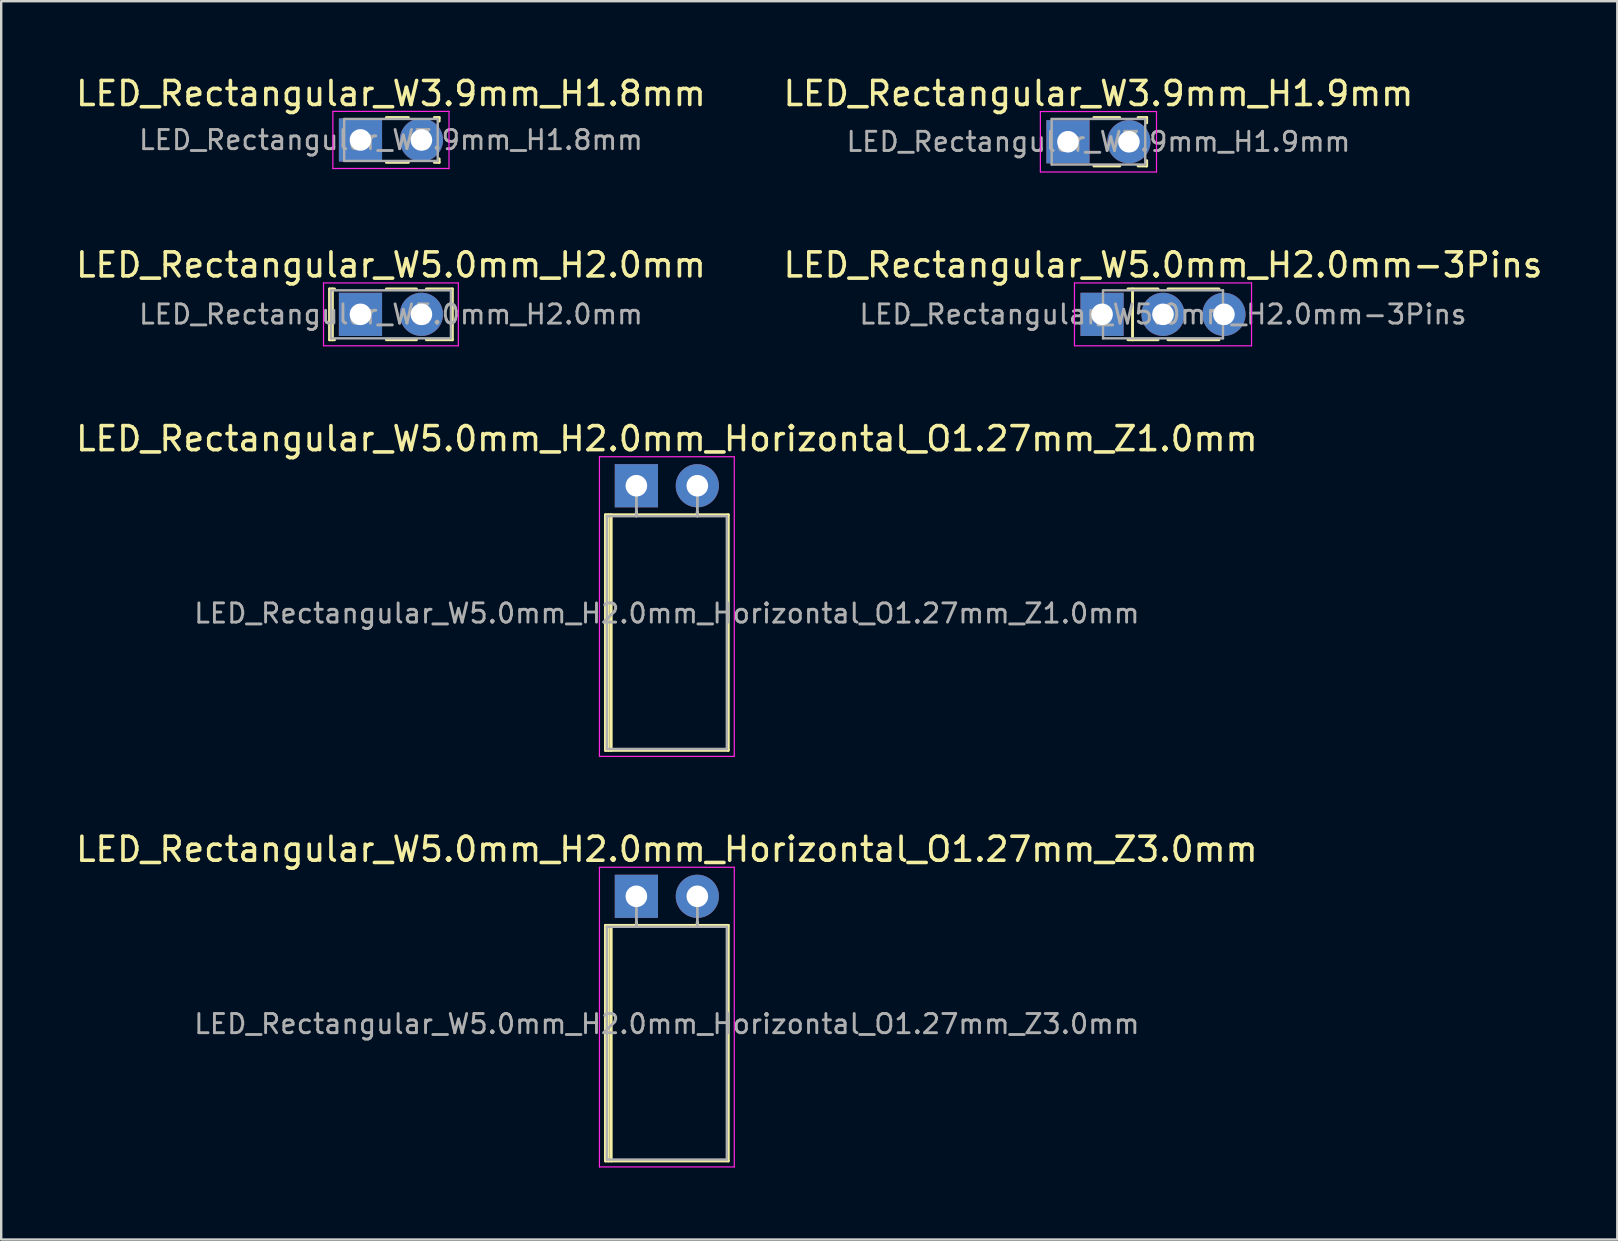
<source format=kicad_pcb>
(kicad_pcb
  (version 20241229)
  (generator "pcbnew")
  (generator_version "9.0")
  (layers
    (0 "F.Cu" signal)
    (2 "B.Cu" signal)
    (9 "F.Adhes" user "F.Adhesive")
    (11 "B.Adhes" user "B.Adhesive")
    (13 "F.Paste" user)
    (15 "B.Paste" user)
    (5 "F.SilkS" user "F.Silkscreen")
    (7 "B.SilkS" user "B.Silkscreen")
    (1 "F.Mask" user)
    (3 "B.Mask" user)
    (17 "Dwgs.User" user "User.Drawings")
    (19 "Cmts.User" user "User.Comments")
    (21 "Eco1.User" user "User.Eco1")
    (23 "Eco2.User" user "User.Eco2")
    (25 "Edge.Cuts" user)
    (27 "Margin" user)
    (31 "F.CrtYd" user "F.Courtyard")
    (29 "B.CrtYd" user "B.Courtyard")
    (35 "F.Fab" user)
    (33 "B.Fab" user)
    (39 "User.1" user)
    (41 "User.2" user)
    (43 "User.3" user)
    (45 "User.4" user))
  (footprint "LED_Rectangular_W3.9mm_H1.8mm"
    (layer "F.Cu")
    (at 11.974 2.783)
    (property "Reference" "LED_Rectangular_W3.9mm_H1.8mm" (at 1.27 -1.935 0) (layer "F.SilkS") (effects (font (size 1 1) (thickness 0.15))))
    (attr through_hole)
    (fp_line (start 1.08 -0.935) (end 1.999 -0.935) (stroke (width 0.12) (type solid)) (layer "F.SilkS"))
    (fp_line (start 1.999 0.935) (end 1.08 0.935) (stroke (width 0.12) (type solid)) (layer "F.SilkS"))
    (fp_line (start 3.081 -0.935) (end 3.28 -0.935) (stroke (width 0.12) (type solid)) (layer "F.SilkS"))
    (fp_line (start 3.28 -0.935) (end 3.28 -0.787) (stroke (width 0.12) (type solid)) (layer "F.SilkS"))
    (fp_line (start 3.28 0.787) (end 3.28 0.935) (stroke (width 0.12) (type solid)) (layer "F.SilkS"))
    (fp_line (start 3.28 0.935) (end 3.081 0.935) (stroke (width 0.12) (type solid)) (layer "F.SilkS"))
    (fp_line (start -1.15 -1.19) (end -1.15 1.19) (stroke (width 0.05) (type solid)) (layer "F.CrtYd"))
    (fp_line (start -1.15 1.19) (end 3.69 1.19) (stroke (width 0.05) (type solid)) (layer "F.CrtYd"))
    (fp_line (start 3.69 -1.19) (end -1.15 -1.19) (stroke (width 0.05) (type solid)) (layer "F.CrtYd"))
    (fp_line (start 3.69 1.19) (end 3.69 -1.19) (stroke (width 0.05) (type solid)) (layer "F.CrtYd"))
    (fp_line (start -0.68 -0.875) (end -0.68 0.875) (stroke (width 0.1) (type solid)) (layer "F.Fab"))
    (fp_line (start -0.68 0.875) (end 3.22 0.875) (stroke (width 0.1) (type solid)) (layer "F.Fab"))
    (fp_line (start 3.22 -0.875) (end -0.68 -0.875) (stroke (width 0.1) (type solid)) (layer "F.Fab"))
    (fp_line (start 3.22 0.875) (end 3.22 -0.875) (stroke (width 0.1) (type solid)) (layer "F.Fab"))
    (fp_text user "${REFERENCE}" (at 1.27 0 0) (layer "F.Fab") (effects (font (size 0.8 0.8) (thickness 0.12))))
    (pad "1" thru_hole rect (at 0 0) (size 1.8 1.8) (drill 0.9) (layers "*.Cu" "*.Mask"))
    (pad "2" thru_hole circle (at 2.54 0) (size 1.8 1.8) (drill 0.9) (layers "*.Cu" "*.Mask")))
  (footprint "LED_Rectangular_W3.9mm_H1.9mm"
    (layer "F.Cu")
    (at 41.462 2.858)
    (property "Reference" "LED_Rectangular_W3.9mm_H1.9mm" (at 1.27 -2.01 0) (layer "F.SilkS") (effects (font (size 1 1) (thickness 0.15))))
    (attr through_hole)
    (fp_line (start 1.08 -1.01) (end 2.158 -1.01) (stroke (width 0.12) (type solid)) (layer "F.SilkS"))
    (fp_line (start 2.158 1.01) (end 1.08 1.01) (stroke (width 0.12) (type solid)) (layer "F.SilkS"))
    (fp_line (start 2.922 -1.01) (end 3.28 -1.01) (stroke (width 0.12) (type solid)) (layer "F.SilkS"))
    (fp_line (start 3.28 -1.01) (end 3.28 -0.787) (stroke (width 0.12) (type solid)) (layer "F.SilkS"))
    (fp_line (start 3.28 0.787) (end 3.28 1.01) (stroke (width 0.12) (type solid)) (layer "F.SilkS"))
    (fp_line (start 3.28 1.01) (end 2.922 1.01) (stroke (width 0.12) (type solid)) (layer "F.SilkS"))
    (fp_line (start -1.15 -1.26) (end -1.15 1.26) (stroke (width 0.05) (type solid)) (layer "F.CrtYd"))
    (fp_line (start -1.15 1.26) (end 3.69 1.26) (stroke (width 0.05) (type solid)) (layer "F.CrtYd"))
    (fp_line (start 3.69 -1.26) (end -1.15 -1.26) (stroke (width 0.05) (type solid)) (layer "F.CrtYd"))
    (fp_line (start 3.69 1.26) (end 3.69 -1.26) (stroke (width 0.05) (type solid)) (layer "F.CrtYd"))
    (fp_line (start -0.68 -0.95) (end -0.68 0.95) (stroke (width 0.1) (type solid)) (layer "F.Fab"))
    (fp_line (start -0.68 0.95) (end 3.22 0.95) (stroke (width 0.1) (type solid)) (layer "F.Fab"))
    (fp_line (start 3.22 -0.95) (end -0.68 -0.95) (stroke (width 0.1) (type solid)) (layer "F.Fab"))
    (fp_line (start 3.22 0.95) (end 3.22 -0.95) (stroke (width 0.1) (type solid)) (layer "F.Fab"))
    (fp_text user "${REFERENCE}" (at 1.27 0 0) (layer "F.Fab") (effects (font (size 0.8 0.8) (thickness 0.12))))
    (pad "1" thru_hole rect (at 0 0) (size 1.8 1.8) (drill 0.9) (layers "*.Cu" "*.Mask"))
    (pad "2" thru_hole circle (at 2.54 0) (size 1.8 1.8) (drill 0.9) (layers "*.Cu" "*.Mask")))
  (footprint "LED_Rectangular_W5.0mm_H2.0mm-3Pins"
    (layer "F.Cu")
    (at 42.883 10.052)
    (property "Reference" "LED_Rectangular_W5.0mm_H2.0mm-3Pins" (at 2.54 -2.06 0) (layer "F.SilkS") (effects (font (size 1 1) (thickness 0.15))))
    (attr through_hole)
    (fp_line (start 1.08 -1.06) (end 2.333 -1.06) (stroke (width 0.12) (type solid)) (layer "F.SilkS"))
    (fp_line (start 1.27 -1.06) (end 1.27 1.06) (stroke (width 0.12) (type solid)) (layer "F.SilkS"))
    (fp_line (start 2.333 1.06) (end 1.08 1.06) (stroke (width 0.12) (type solid)) (layer "F.SilkS"))
    (fp_line (start 2.747 -1.06) (end 4.873 -1.06) (stroke (width 0.12) (type solid)) (layer "F.SilkS"))
    (fp_line (start 4.873 1.06) (end 2.747 1.06) (stroke (width 0.12) (type solid)) (layer "F.SilkS"))
    (fp_line (start -1.15 -1.31) (end -1.15 1.31) (stroke (width 0.05) (type solid)) (layer "F.CrtYd"))
    (fp_line (start -1.15 1.31) (end 6.23 1.31) (stroke (width 0.05) (type solid)) (layer "F.CrtYd"))
    (fp_line (start 6.23 -1.31) (end -1.15 -1.31) (stroke (width 0.05) (type solid)) (layer "F.CrtYd"))
    (fp_line (start 6.23 1.31) (end 6.23 -1.31) (stroke (width 0.05) (type solid)) (layer "F.CrtYd"))
    (fp_line (start 0.04 -1) (end 0.04 1) (stroke (width 0.1) (type solid)) (layer "F.Fab"))
    (fp_line (start 0.04 1) (end 5.04 1) (stroke (width 0.1) (type solid)) (layer "F.Fab"))
    (fp_line (start 5.04 -1) (end 0.04 -1) (stroke (width 0.1) (type solid)) (layer "F.Fab"))
    (fp_line (start 5.04 1) (end 5.04 -1) (stroke (width 0.1) (type solid)) (layer "F.Fab"))
    (fp_text user "${REFERENCE}" (at 2.54 0 0) (layer "F.Fab") (effects (font (size 0.8 0.8) (thickness 0.12))))
    (pad "1" thru_hole rect (at 0 0) (size 1.8 1.8) (drill 0.9) (layers "*.Cu" "*.Mask"))
    (pad "2" thru_hole circle (at 2.54 0) (size 1.8 1.8) (drill 0.9) (layers "*.Cu" "*.Mask"))
    (pad "3" thru_hole circle (at 5.08 0) (size 1.8 1.8) (drill 0.9) (layers "*.Cu" "*.Mask")))
  (footprint "LED_Rectangular_W5.0mm_H2.0mm_Horizontal_O1.27mm_Z3.0mm"
    (layer "F.Cu")
    (at 23.474 34.308)
    (property "Reference" "LED_Rectangular_W5.0mm_H2.0mm_Horizontal_O1.27mm_Z3.0mm" (at 1.27 -1.96 0) (layer "F.SilkS") (effects (font (size 1 1) (thickness 0.15))))
    (attr through_hole)
    (fp_line (start -1.29 1.21) (end -1.29 11.03) (stroke (width 0.12) (type solid)) (layer "F.SilkS"))
    (fp_line (start -1.29 11.03) (end 3.83 11.03) (stroke (width 0.12) (type solid)) (layer "F.SilkS"))
    (fp_line (start -1.17 1.21) (end -1.17 11.03) (stroke (width 0.12) (type solid)) (layer "F.SilkS"))
    (fp_line (start -1.05 1.21) (end -1.05 11.03) (stroke (width 0.12) (type solid)) (layer "F.SilkS"))
    (fp_line (start 0 1.08) (end 0 1.21) (stroke (width 0.12) (type solid)) (layer "F.SilkS"))
    (fp_line (start 0 1.21) (end 0 1.08) (stroke (width 0.12) (type solid)) (layer "F.SilkS"))
    (fp_line (start 2.54 1.08) (end 2.54 1.21) (stroke (width 0.12) (type solid)) (layer "F.SilkS"))
    (fp_line (start 2.54 1.21) (end 2.54 1.08) (stroke (width 0.12) (type solid)) (layer "F.SilkS"))
    (fp_line (start 3.83 1.21) (end -1.29 1.21) (stroke (width 0.12) (type solid)) (layer "F.SilkS"))
    (fp_line (start 3.83 11.03) (end 3.83 1.21) (stroke (width 0.12) (type solid)) (layer "F.SilkS"))
    (fp_line (start -1.54 -1.21) (end -1.54 11.28) (stroke (width 0.05) (type solid)) (layer "F.CrtYd"))
    (fp_line (start -1.54 11.28) (end 4.08 11.28) (stroke (width 0.05) (type solid)) (layer "F.CrtYd"))
    (fp_line (start 4.08 -1.21) (end -1.54 -1.21) (stroke (width 0.05) (type solid)) (layer "F.CrtYd"))
    (fp_line (start 4.08 11.28) (end 4.08 -1.21) (stroke (width 0.05) (type solid)) (layer "F.CrtYd"))
    (fp_line (start -1.23 1.27) (end -1.23 10.97) (stroke (width 0.1) (type solid)) (layer "F.Fab"))
    (fp_line (start -1.23 10.97) (end 3.77 10.97) (stroke (width 0.1) (type solid)) (layer "F.Fab"))
    (fp_line (start 0 0) (end 0 1.27) (stroke (width 0.1) (type solid)) (layer "F.Fab"))
    (fp_line (start 0 1.27) (end 0 0) (stroke (width 0.1) (type solid)) (layer "F.Fab"))
    (fp_line (start 2.54 0) (end 2.54 1.27) (stroke (width 0.1) (type solid)) (layer "F.Fab"))
    (fp_line (start 2.54 1.27) (end 2.54 0) (stroke (width 0.1) (type solid)) (layer "F.Fab"))
    (fp_line (start 3.77 1.27) (end -1.23 1.27) (stroke (width 0.1) (type solid)) (layer "F.Fab"))
    (fp_line (start 3.77 10.97) (end 3.77 1.27) (stroke (width 0.1) (type solid)) (layer "F.Fab"))
    (fp_text user "${REFERENCE}" (at 1.27 5.32 0) (layer "F.Fab") (effects (font (size 0.8 0.8) (thickness 0.12))))
    (pad "1" thru_hole rect (at 0 0) (size 1.8 1.8) (drill 0.9) (layers "*.Cu" "*.Mask"))
    (pad "2" thru_hole circle (at 2.54 0) (size 1.8 1.8) (drill 0.9) (layers "*.Cu" "*.Mask")))
  (footprint "LED_Rectangular_W5.0mm_H2.0mm_Horizontal_O1.27mm_Z1.0mm"
    (layer "F.Cu")
    (at 23.474 17.195)
    (property "Reference" "LED_Rectangular_W5.0mm_H2.0mm_Horizontal_O1.27mm_Z1.0mm" (at 1.27 -1.96 0) (layer "F.SilkS") (effects (font (size 1 1) (thickness 0.15))))
    (attr through_hole)
    (fp_line (start -1.29 1.21) (end -1.29 11.03) (stroke (width 0.12) (type solid)) (layer "F.SilkS"))
    (fp_line (start -1.29 11.03) (end 3.83 11.03) (stroke (width 0.12) (type solid)) (layer "F.SilkS"))
    (fp_line (start -1.17 1.21) (end -1.17 11.03) (stroke (width 0.12) (type solid)) (layer "F.SilkS"))
    (fp_line (start -1.05 1.21) (end -1.05 11.03) (stroke (width 0.12) (type solid)) (layer "F.SilkS"))
    (fp_line (start 0 1.08) (end 0 1.21) (stroke (width 0.12) (type solid)) (layer "F.SilkS"))
    (fp_line (start 0 1.21) (end 0 1.08) (stroke (width 0.12) (type solid)) (layer "F.SilkS"))
    (fp_line (start 2.54 1.08) (end 2.54 1.21) (stroke (width 0.12) (type solid)) (layer "F.SilkS"))
    (fp_line (start 2.54 1.21) (end 2.54 1.08) (stroke (width 0.12) (type solid)) (layer "F.SilkS"))
    (fp_line (start 3.83 1.21) (end -1.29 1.21) (stroke (width 0.12) (type solid)) (layer "F.SilkS"))
    (fp_line (start 3.83 11.03) (end 3.83 1.21) (stroke (width 0.12) (type solid)) (layer "F.SilkS"))
    (fp_line (start -1.54 -1.21) (end -1.54 11.28) (stroke (width 0.05) (type solid)) (layer "F.CrtYd"))
    (fp_line (start -1.54 11.28) (end 4.08 11.28) (stroke (width 0.05) (type solid)) (layer "F.CrtYd"))
    (fp_line (start 4.08 -1.21) (end -1.54 -1.21) (stroke (width 0.05) (type solid)) (layer "F.CrtYd"))
    (fp_line (start 4.08 11.28) (end 4.08 -1.21) (stroke (width 0.05) (type solid)) (layer "F.CrtYd"))
    (fp_line (start -1.23 1.27) (end -1.23 10.97) (stroke (width 0.1) (type solid)) (layer "F.Fab"))
    (fp_line (start -1.23 10.97) (end 3.77 10.97) (stroke (width 0.1) (type solid)) (layer "F.Fab"))
    (fp_line (start 0 0) (end 0 1.27) (stroke (width 0.1) (type solid)) (layer "F.Fab"))
    (fp_line (start 0 1.27) (end 0 0) (stroke (width 0.1) (type solid)) (layer "F.Fab"))
    (fp_line (start 2.54 0) (end 2.54 1.27) (stroke (width 0.1) (type solid)) (layer "F.Fab"))
    (fp_line (start 2.54 1.27) (end 2.54 0) (stroke (width 0.1) (type solid)) (layer "F.Fab"))
    (fp_line (start 3.77 1.27) (end -1.23 1.27) (stroke (width 0.1) (type solid)) (layer "F.Fab"))
    (fp_line (start 3.77 10.97) (end 3.77 1.27) (stroke (width 0.1) (type solid)) (layer "F.Fab"))
    (fp_text user "${REFERENCE}" (at 1.27 5.32 0) (layer "F.Fab") (effects (font (size 0.8 0.8) (thickness 0.12))))
    (pad "1" thru_hole rect (at 0 0) (size 1.8 1.8) (drill 0.9) (layers "*.Cu" "*.Mask"))
    (pad "2" thru_hole circle (at 2.54 0) (size 1.8 1.8) (drill 0.9) (layers "*.Cu" "*.Mask")))
  (footprint "LED_Rectangular_W5.0mm_H2.0mm"
    (layer "F.Cu")
    (at 11.974 10.052)
    (property "Reference" "LED_Rectangular_W5.0mm_H2.0mm" (at 1.27 -2.06 0) (layer "F.SilkS") (effects (font (size 1 1) (thickness 0.15))))
    (attr through_hole)
    (fp_line (start -1.29 -1.06) (end -1.08 -1.06) (stroke (width 0.12) (type solid)) (layer "F.SilkS"))
    (fp_line (start -1.29 1.06) (end -1.29 -1.06) (stroke (width 0.12) (type solid)) (layer "F.SilkS"))
    (fp_line (start -1.17 -1.06) (end -1.17 1.06) (stroke (width 0.12) (type solid)) (layer "F.SilkS"))
    (fp_line (start -1.08 1.06) (end -1.29 1.06) (stroke (width 0.12) (type solid)) (layer "F.SilkS"))
    (fp_line (start 1.08 -1.06) (end 2.333 -1.06) (stroke (width 0.12) (type solid)) (layer "F.SilkS"))
    (fp_line (start 2.333 1.06) (end 1.08 1.06) (stroke (width 0.12) (type solid)) (layer "F.SilkS"))
    (fp_line (start 2.747 -1.06) (end 3.83 -1.06) (stroke (width 0.12) (type solid)) (layer "F.SilkS"))
    (fp_line (start 3.83 -1.06) (end 3.83 1.06) (stroke (width 0.12) (type solid)) (layer "F.SilkS"))
    (fp_line (start 3.83 1.06) (end 2.747 1.06) (stroke (width 0.12) (type solid)) (layer "F.SilkS"))
    (fp_line (start -1.54 -1.31) (end -1.54 1.31) (stroke (width 0.05) (type solid)) (layer "F.CrtYd"))
    (fp_line (start -1.54 1.31) (end 4.08 1.31) (stroke (width 0.05) (type solid)) (layer "F.CrtYd"))
    (fp_line (start 4.08 -1.31) (end -1.54 -1.31) (stroke (width 0.05) (type solid)) (layer "F.CrtYd"))
    (fp_line (start 4.08 1.31) (end 4.08 -1.31) (stroke (width 0.05) (type solid)) (layer "F.CrtYd"))
    (fp_line (start -1.23 -1) (end -1.23 1) (stroke (width 0.1) (type solid)) (layer "F.Fab"))
    (fp_line (start -1.23 1) (end 3.77 1) (stroke (width 0.1) (type solid)) (layer "F.Fab"))
    (fp_line (start 3.77 -1) (end -1.23 -1) (stroke (width 0.1) (type solid)) (layer "F.Fab"))
    (fp_line (start 3.77 1) (end 3.77 -1) (stroke (width 0.1) (type solid)) (layer "F.Fab"))
    (fp_text user "${REFERENCE}" (at 1.27 0 0) (layer "F.Fab") (effects (font (size 0.8 0.8) (thickness 0.12))))
    (pad "1" thru_hole rect (at 0 0) (size 1.8 1.8) (drill 0.9) (layers "*.Cu" "*.Mask"))
    (pad "2" thru_hole circle (at 2.54 0) (size 1.8 1.8) (drill 0.9) (layers "*.Cu" "*.Mask")))
  (gr_rect
    (start -3 -3)
    (end 64.357 48.613)
    (stroke (width 0.1) (type default))
    (fill no)
    (layer "Edge.Cuts")))
</source>
